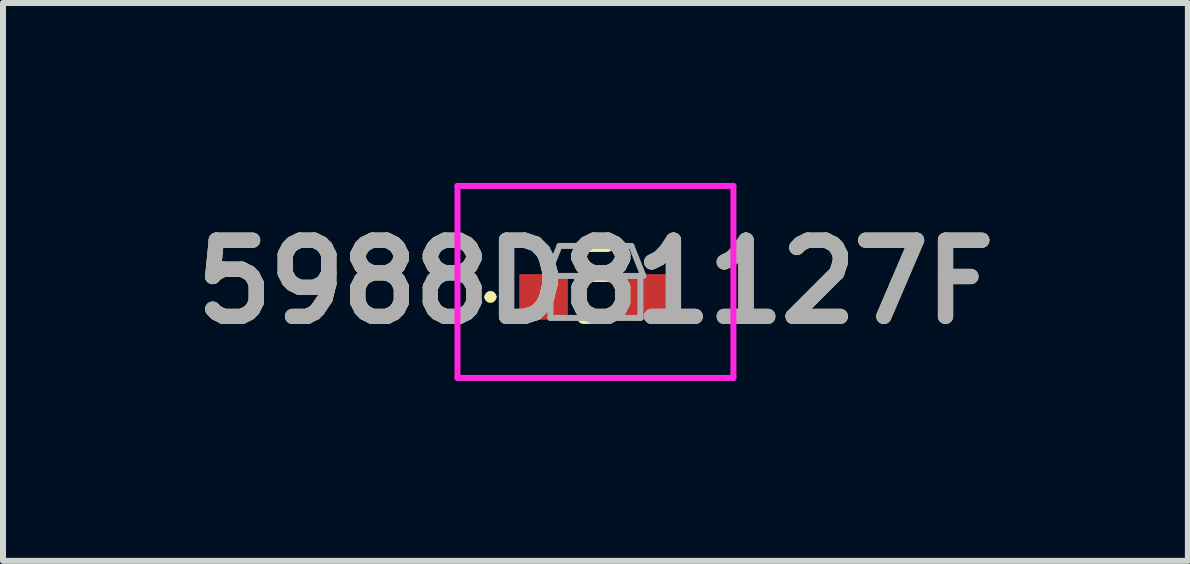
<source format=kicad_pcb>
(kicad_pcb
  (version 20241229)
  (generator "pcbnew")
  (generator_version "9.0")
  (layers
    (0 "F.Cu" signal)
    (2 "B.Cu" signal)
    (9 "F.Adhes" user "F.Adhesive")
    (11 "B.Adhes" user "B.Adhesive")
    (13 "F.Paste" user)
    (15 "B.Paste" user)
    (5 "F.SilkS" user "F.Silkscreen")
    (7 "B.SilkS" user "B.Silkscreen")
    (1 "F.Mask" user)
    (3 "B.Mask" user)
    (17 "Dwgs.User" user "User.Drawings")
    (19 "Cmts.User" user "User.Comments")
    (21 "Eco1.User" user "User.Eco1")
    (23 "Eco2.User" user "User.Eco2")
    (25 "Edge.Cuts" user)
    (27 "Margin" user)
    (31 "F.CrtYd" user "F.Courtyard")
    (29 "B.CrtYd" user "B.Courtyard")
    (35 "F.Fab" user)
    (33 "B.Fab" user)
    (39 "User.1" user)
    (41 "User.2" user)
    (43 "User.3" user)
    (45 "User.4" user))
  (footprint "5988D81127F"
    (layer "F.Cu")
    (at 6.876 1.9)
    (property "Reference" "5988D81127F" (at 0 -0.25 0) (layer "F.SilkS") (effects (font (size 1.27 1.27) (thickness 0.254))))
    (attr smd)
    (fp_line (start -1.8 0) (end -1.8 0) (stroke (width 0.1) (type solid)) (layer "F.SilkS"))
    (fp_line (start -1.7 0) (end -1.7 0) (stroke (width 0.1) (type solid)) (layer "F.SilkS"))
    (fp_line (start -0.2 -0.85) (end 0.2 -0.85) (stroke (width 0.2) (type solid)) (layer "F.SilkS"))
    (fp_line (start -0.2 -0.35) (end 0.2 -0.35) (stroke (width 0.2) (type solid)) (layer "F.SilkS"))
    (fp_line (start -0.2 0.35) (end 0.2 0.35) (stroke (width 0.2) (type solid)) (layer "F.SilkS"))
    (fp_arc (start -1.8 0) (mid -1.75 -0.05) (end -1.7 0) (stroke (width 0.1) (type solid)) (layer "F.SilkS"))
    (fp_arc (start -1.7 0) (mid -1.75 0.05) (end -1.8 0) (stroke (width 0.1) (type solid)) (layer "F.SilkS"))
    (fp_line (start -2.3 -1.85) (end 2.3 -1.85) (stroke (width 0.1) (type solid)) (layer "F.CrtYd"))
    (fp_line (start -2.3 1.35) (end -2.3 -1.85) (stroke (width 0.1) (type solid)) (layer "F.CrtYd"))
    (fp_line (start 2.3 -1.85) (end 2.3 1.35) (stroke (width 0.1) (type solid)) (layer "F.CrtYd"))
    (fp_line (start 2.3 1.35) (end -2.3 1.35) (stroke (width 0.1) (type solid)) (layer "F.CrtYd"))
    (fp_line (start -0.8 -0.35) (end -0.6 -0.85) (stroke (width 0.1) (type solid)) (layer "F.Fab"))
    (fp_line (start -0.75 -0.35) (end 0.75 -0.35) (stroke (width 0.1) (type solid)) (layer "F.Fab"))
    (fp_line (start -0.75 0.35) (end -0.75 -0.35) (stroke (width 0.1) (type solid)) (layer "F.Fab"))
    (fp_line (start -0.6 -0.85) (end 0.6 -0.85) (stroke (width 0.1) (type solid)) (layer "F.Fab"))
    (fp_line (start 0.6 -0.85) (end 0.8 -0.35) (stroke (width 0.1) (type solid)) (layer "F.Fab"))
    (fp_line (start 0.75 -0.35) (end 0.75 0.35) (stroke (width 0.1) (type solid)) (layer "F.Fab"))
    (fp_line (start 0.75 0.35) (end -0.75 0.35) (stroke (width 0.1) (type solid)) (layer "F.Fab"))
    (fp_text user "${REFERENCE}" (at 0 -0.25 0) (layer "F.Fab") (effects (font (size 1.27 1.27) (thickness 0.254))))
    (pad "1" smd rect (at -0.865 0 90) (size 0.76 0.81) (layers "F.Cu" "F.Mask" "F.Paste"))
    (pad "2" smd rect (at 0.865 0 90) (size 0.76 0.81) (layers "F.Cu" "F.Mask" "F.Paste")))
  (gr_rect
    (start -3 -3)
    (end 16.752 6.3)
    (stroke (width 0.1) (type default))
    (fill no)
    (layer "Edge.Cuts")))
</source>
